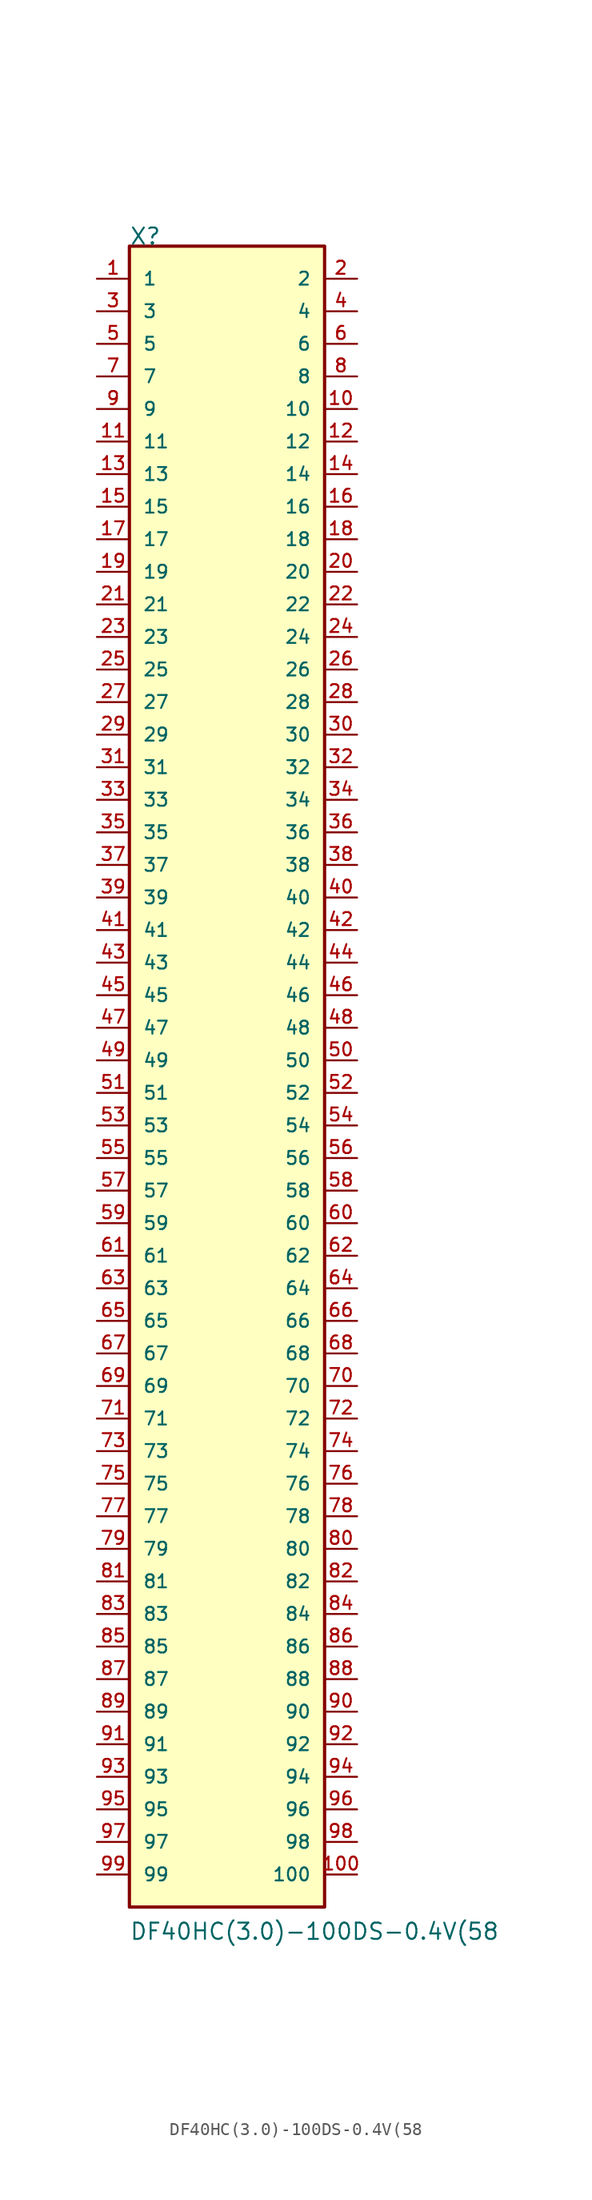
<source format=kicad_sym>
(kicad_symbol_lib
  (version 20211014)
  (generator kicad_symbol_editor)
  (symbol "DF40HC(3.0)-100DS-0.4V(58"
    (pin_names
      (offset 1.016))
    (property "Reference" "X"
      (at -7.623 63.523 0)
      (effects (font (size 1.27 1.27)) (justify bottom left)))
    (property "Value" "DF40HC(3.0)-100DS-0.4V(58"
      (at -7.632 -68.684 0)
      (effects (font (size 1.27 1.27)) (justify bottom left)))
    (symbol "DF40HC(3.0)-100DS-0.4V(58_0_0"
      (rectangle (start -7.62 -66.04) (end 7.62 63.5) (stroke (width 0.254)) (fill (type background)))
      (pin passive line (at -10.16 60.96 0) (length 2.54) (name "1" (effects (font (size 1.016 1.016)))) (number "1" (effects (font (size 1.016 1.016)))))
      (pin passive line (at 10.16 60.96 180.0) (length 2.54) (name "2" (effects (font (size 1.016 1.016)))) (number "2" (effects (font (size 1.016 1.016)))))
      (pin passive line (at -10.16 58.42 0) (length 2.54) (name "3" (effects (font (size 1.016 1.016)))) (number "3" (effects (font (size 1.016 1.016)))))
      (pin passive line (at 10.16 58.42 180.0) (length 2.54) (name "4" (effects (font (size 1.016 1.016)))) (number "4" (effects (font (size 1.016 1.016)))))
      (pin passive line (at -10.16 55.88 0) (length 2.54) (name "5" (effects (font (size 1.016 1.016)))) (number "5" (effects (font (size 1.016 1.016)))))
      (pin passive line (at 10.16 55.88 180.0) (length 2.54) (name "6" (effects (font (size 1.016 1.016)))) (number "6" (effects (font (size 1.016 1.016)))))
      (pin passive line (at -10.16 53.34 0) (length 2.54) (name "7" (effects (font (size 1.016 1.016)))) (number "7" (effects (font (size 1.016 1.016)))))
      (pin passive line (at 10.16 53.34 180.0) (length 2.54) (name "8" (effects (font (size 1.016 1.016)))) (number "8" (effects (font (size 1.016 1.016)))))
      (pin passive line (at -10.16 50.8 0) (length 2.54) (name "9" (effects (font (size 1.016 1.016)))) (number "9" (effects (font (size 1.016 1.016)))))
      (pin passive line (at 10.16 50.8 180.0) (length 2.54) (name "10" (effects (font (size 1.016 1.016)))) (number "10" (effects (font (size 1.016 1.016)))))
      (pin passive line (at -10.16 48.26 0) (length 2.54) (name "11" (effects (font (size 1.016 1.016)))) (number "11" (effects (font (size 1.016 1.016)))))
      (pin passive line (at 10.16 48.26 180.0) (length 2.54) (name "12" (effects (font (size 1.016 1.016)))) (number "12" (effects (font (size 1.016 1.016)))))
      (pin passive line (at -10.16 45.72 0) (length 2.54) (name "13" (effects (font (size 1.016 1.016)))) (number "13" (effects (font (size 1.016 1.016)))))
      (pin passive line (at 10.16 45.72 180.0) (length 2.54) (name "14" (effects (font (size 1.016 1.016)))) (number "14" (effects (font (size 1.016 1.016)))))
      (pin passive line (at -10.16 43.18 0) (length 2.54) (name "15" (effects (font (size 1.016 1.016)))) (number "15" (effects (font (size 1.016 1.016)))))
      (pin passive line (at 10.16 43.18 180.0) (length 2.54) (name "16" (effects (font (size 1.016 1.016)))) (number "16" (effects (font (size 1.016 1.016)))))
      (pin passive line (at -10.16 40.64 0) (length 2.54) (name "17" (effects (font (size 1.016 1.016)))) (number "17" (effects (font (size 1.016 1.016)))))
      (pin passive line (at 10.16 40.64 180.0) (length 2.54) (name "18" (effects (font (size 1.016 1.016)))) (number "18" (effects (font (size 1.016 1.016)))))
      (pin passive line (at -10.16 38.1 0) (length 2.54) (name "19" (effects (font (size 1.016 1.016)))) (number "19" (effects (font (size 1.016 1.016)))))
      (pin passive line (at 10.16 38.1 180.0) (length 2.54) (name "20" (effects (font (size 1.016 1.016)))) (number "20" (effects (font (size 1.016 1.016)))))
      (pin passive line (at -10.16 35.56 0) (length 2.54) (name "21" (effects (font (size 1.016 1.016)))) (number "21" (effects (font (size 1.016 1.016)))))
      (pin passive line (at 10.16 35.56 180.0) (length 2.54) (name "22" (effects (font (size 1.016 1.016)))) (number "22" (effects (font (size 1.016 1.016)))))
      (pin passive line (at -10.16 33.02 0) (length 2.54) (name "23" (effects (font (size 1.016 1.016)))) (number "23" (effects (font (size 1.016 1.016)))))
      (pin passive line (at 10.16 33.02 180.0) (length 2.54) (name "24" (effects (font (size 1.016 1.016)))) (number "24" (effects (font (size 1.016 1.016)))))
      (pin passive line (at -10.16 30.48 0) (length 2.54) (name "25" (effects (font (size 1.016 1.016)))) (number "25" (effects (font (size 1.016 1.016)))))
      (pin passive line (at 10.16 30.48 180.0) (length 2.54) (name "26" (effects (font (size 1.016 1.016)))) (number "26" (effects (font (size 1.016 1.016)))))
      (pin passive line (at -10.16 27.94 0) (length 2.54) (name "27" (effects (font (size 1.016 1.016)))) (number "27" (effects (font (size 1.016 1.016)))))
      (pin passive line (at 10.16 27.94 180.0) (length 2.54) (name "28" (effects (font (size 1.016 1.016)))) (number "28" (effects (font (size 1.016 1.016)))))
      (pin passive line (at -10.16 25.4 0) (length 2.54) (name "29" (effects (font (size 1.016 1.016)))) (number "29" (effects (font (size 1.016 1.016)))))
      (pin passive line (at 10.16 25.4 180.0) (length 2.54) (name "30" (effects (font (size 1.016 1.016)))) (number "30" (effects (font (size 1.016 1.016)))))
      (pin passive line (at -10.16 22.86 0) (length 2.54) (name "31" (effects (font (size 1.016 1.016)))) (number "31" (effects (font (size 1.016 1.016)))))
      (pin passive line (at 10.16 22.86 180.0) (length 2.54) (name "32" (effects (font (size 1.016 1.016)))) (number "32" (effects (font (size 1.016 1.016)))))
      (pin passive line (at -10.16 20.32 0) (length 2.54) (name "33" (effects (font (size 1.016 1.016)))) (number "33" (effects (font (size 1.016 1.016)))))
      (pin passive line (at 10.16 20.32 180.0) (length 2.54) (name "34" (effects (font (size 1.016 1.016)))) (number "34" (effects (font (size 1.016 1.016)))))
      (pin passive line (at -10.16 17.78 0) (length 2.54) (name "35" (effects (font (size 1.016 1.016)))) (number "35" (effects (font (size 1.016 1.016)))))
      (pin passive line (at 10.16 17.78 180.0) (length 2.54) (name "36" (effects (font (size 1.016 1.016)))) (number "36" (effects (font (size 1.016 1.016)))))
      (pin passive line (at -10.16 15.24 0) (length 2.54) (name "37" (effects (font (size 1.016 1.016)))) (number "37" (effects (font (size 1.016 1.016)))))
      (pin passive line (at 10.16 15.24 180.0) (length 2.54) (name "38" (effects (font (size 1.016 1.016)))) (number "38" (effects (font (size 1.016 1.016)))))
      (pin passive line (at -10.16 12.7 0) (length 2.54) (name "39" (effects (font (size 1.016 1.016)))) (number "39" (effects (font (size 1.016 1.016)))))
      (pin passive line (at 10.16 12.7 180.0) (length 2.54) (name "40" (effects (font (size 1.016 1.016)))) (number "40" (effects (font (size 1.016 1.016)))))
      (pin passive line (at -10.16 10.16 0) (length 2.54) (name "41" (effects (font (size 1.016 1.016)))) (number "41" (effects (font (size 1.016 1.016)))))
      (pin passive line (at 10.16 10.16 180.0) (length 2.54) (name "42" (effects (font (size 1.016 1.016)))) (number "42" (effects (font (size 1.016 1.016)))))
      (pin passive line (at -10.16 7.62 0) (length 2.54) (name "43" (effects (font (size 1.016 1.016)))) (number "43" (effects (font (size 1.016 1.016)))))
      (pin passive line (at 10.16 7.62 180.0) (length 2.54) (name "44" (effects (font (size 1.016 1.016)))) (number "44" (effects (font (size 1.016 1.016)))))
      (pin passive line (at -10.16 5.08 0) (length 2.54) (name "45" (effects (font (size 1.016 1.016)))) (number "45" (effects (font (size 1.016 1.016)))))
      (pin passive line (at 10.16 5.08 180.0) (length 2.54) (name "46" (effects (font (size 1.016 1.016)))) (number "46" (effects (font (size 1.016 1.016)))))
      (pin passive line (at -10.16 2.54 0) (length 2.54) (name "47" (effects (font (size 1.016 1.016)))) (number "47" (effects (font (size 1.016 1.016)))))
      (pin passive line (at 10.16 2.54 180.0) (length 2.54) (name "48" (effects (font (size 1.016 1.016)))) (number "48" (effects (font (size 1.016 1.016)))))
      (pin passive line (at -10.16 0.0 0) (length 2.54) (name "49" (effects (font (size 1.016 1.016)))) (number "49" (effects (font (size 1.016 1.016)))))
      (pin passive line (at 10.16 0.0 180.0) (length 2.54) (name "50" (effects (font (size 1.016 1.016)))) (number "50" (effects (font (size 1.016 1.016)))))
      (pin passive line (at -10.16 -2.54 0) (length 2.54) (name "51" (effects (font (size 1.016 1.016)))) (number "51" (effects (font (size 1.016 1.016)))))
      (pin passive line (at 10.16 -2.54 180.0) (length 2.54) (name "52" (effects (font (size 1.016 1.016)))) (number "52" (effects (font (size 1.016 1.016)))))
      (pin passive line (at -10.16 -5.08 0) (length 2.54) (name "53" (effects (font (size 1.016 1.016)))) (number "53" (effects (font (size 1.016 1.016)))))
      (pin passive line (at 10.16 -5.08 180.0) (length 2.54) (name "54" (effects (font (size 1.016 1.016)))) (number "54" (effects (font (size 1.016 1.016)))))
      (pin passive line (at -10.16 -7.62 0) (length 2.54) (name "55" (effects (font (size 1.016 1.016)))) (number "55" (effects (font (size 1.016 1.016)))))
      (pin passive line (at 10.16 -7.62 180.0) (length 2.54) (name "56" (effects (font (size 1.016 1.016)))) (number "56" (effects (font (size 1.016 1.016)))))
      (pin passive line (at -10.16 -10.16 0) (length 2.54) (name "57" (effects (font (size 1.016 1.016)))) (number "57" (effects (font (size 1.016 1.016)))))
      (pin passive line (at 10.16 -10.16 180.0) (length 2.54) (name "58" (effects (font (size 1.016 1.016)))) (number "58" (effects (font (size 1.016 1.016)))))
      (pin passive line (at -10.16 -12.7 0) (length 2.54) (name "59" (effects (font (size 1.016 1.016)))) (number "59" (effects (font (size 1.016 1.016)))))
      (pin passive line (at 10.16 -12.7 180.0) (length 2.54) (name "60" (effects (font (size 1.016 1.016)))) (number "60" (effects (font (size 1.016 1.016)))))
      (pin passive line (at -10.16 -15.24 0) (length 2.54) (name "61" (effects (font (size 1.016 1.016)))) (number "61" (effects (font (size 1.016 1.016)))))
      (pin passive line (at 10.16 -15.24 180.0) (length 2.54) (name "62" (effects (font (size 1.016 1.016)))) (number "62" (effects (font (size 1.016 1.016)))))
      (pin passive line (at -10.16 -17.78 0) (length 2.54) (name "63" (effects (font (size 1.016 1.016)))) (number "63" (effects (font (size 1.016 1.016)))))
      (pin passive line (at 10.16 -17.78 180.0) (length 2.54) (name "64" (effects (font (size 1.016 1.016)))) (number "64" (effects (font (size 1.016 1.016)))))
      (pin passive line (at -10.16 -20.32 0) (length 2.54) (name "65" (effects (font (size 1.016 1.016)))) (number "65" (effects (font (size 1.016 1.016)))))
      (pin passive line (at 10.16 -20.32 180.0) (length 2.54) (name "66" (effects (font (size 1.016 1.016)))) (number "66" (effects (font (size 1.016 1.016)))))
      (pin passive line (at -10.16 -22.86 0) (length 2.54) (name "67" (effects (font (size 1.016 1.016)))) (number "67" (effects (font (size 1.016 1.016)))))
      (pin passive line (at 10.16 -22.86 180.0) (length 2.54) (name "68" (effects (font (size 1.016 1.016)))) (number "68" (effects (font (size 1.016 1.016)))))
      (pin passive line (at -10.16 -25.4 0) (length 2.54) (name "69" (effects (font (size 1.016 1.016)))) (number "69" (effects (font (size 1.016 1.016)))))
      (pin passive line (at 10.16 -25.4 180.0) (length 2.54) (name "70" (effects (font (size 1.016 1.016)))) (number "70" (effects (font (size 1.016 1.016)))))
      (pin passive line (at -10.16 -27.94 0) (length 2.54) (name "71" (effects (font (size 1.016 1.016)))) (number "71" (effects (font (size 1.016 1.016)))))
      (pin passive line (at 10.16 -27.94 180.0) (length 2.54) (name "72" (effects (font (size 1.016 1.016)))) (number "72" (effects (font (size 1.016 1.016)))))
      (pin passive line (at -10.16 -30.48 0) (length 2.54) (name "73" (effects (font (size 1.016 1.016)))) (number "73" (effects (font (size 1.016 1.016)))))
      (pin passive line (at 10.16 -30.48 180.0) (length 2.54) (name "74" (effects (font (size 1.016 1.016)))) (number "74" (effects (font (size 1.016 1.016)))))
      (pin passive line (at -10.16 -33.02 0) (length 2.54) (name "75" (effects (font (size 1.016 1.016)))) (number "75" (effects (font (size 1.016 1.016)))))
      (pin passive line (at 10.16 -33.02 180.0) (length 2.54) (name "76" (effects (font (size 1.016 1.016)))) (number "76" (effects (font (size 1.016 1.016)))))
      (pin passive line (at -10.16 -35.56 0) (length 2.54) (name "77" (effects (font (size 1.016 1.016)))) (number "77" (effects (font (size 1.016 1.016)))))
      (pin passive line (at 10.16 -35.56 180.0) (length 2.54) (name "78" (effects (font (size 1.016 1.016)))) (number "78" (effects (font (size 1.016 1.016)))))
      (pin passive line (at -10.16 -38.1 0) (length 2.54) (name "79" (effects (font (size 1.016 1.016)))) (number "79" (effects (font (size 1.016 1.016)))))
      (pin passive line (at 10.16 -38.1 180.0) (length 2.54) (name "80" (effects (font (size 1.016 1.016)))) (number "80" (effects (font (size 1.016 1.016)))))
      (pin passive line (at -10.16 -40.64 0) (length 2.54) (name "81" (effects (font (size 1.016 1.016)))) (number "81" (effects (font (size 1.016 1.016)))))
      (pin passive line (at 10.16 -40.64 180.0) (length 2.54) (name "82" (effects (font (size 1.016 1.016)))) (number "82" (effects (font (size 1.016 1.016)))))
      (pin passive line (at -10.16 -43.18 0) (length 2.54) (name "83" (effects (font (size 1.016 1.016)))) (number "83" (effects (font (size 1.016 1.016)))))
      (pin passive line (at 10.16 -43.18 180.0) (length 2.54) (name "84" (effects (font (size 1.016 1.016)))) (number "84" (effects (font (size 1.016 1.016)))))
      (pin passive line (at -10.16 -45.72 0) (length 2.54) (name "85" (effects (font (size 1.016 1.016)))) (number "85" (effects (font (size 1.016 1.016)))))
      (pin passive line (at 10.16 -45.72 180.0) (length 2.54) (name "86" (effects (font (size 1.016 1.016)))) (number "86" (effects (font (size 1.016 1.016)))))
      (pin passive line (at -10.16 -48.26 0) (length 2.54) (name "87" (effects (font (size 1.016 1.016)))) (number "87" (effects (font (size 1.016 1.016)))))
      (pin passive line (at 10.16 -48.26 180.0) (length 2.54) (name "88" (effects (font (size 1.016 1.016)))) (number "88" (effects (font (size 1.016 1.016)))))
      (pin passive line (at -10.16 -50.8 0) (length 2.54) (name "89" (effects (font (size 1.016 1.016)))) (number "89" (effects (font (size 1.016 1.016)))))
      (pin passive line (at 10.16 -50.8 180.0) (length 2.54) (name "90" (effects (font (size 1.016 1.016)))) (number "90" (effects (font (size 1.016 1.016)))))
      (pin passive line (at -10.16 -53.34 0) (length 2.54) (name "91" (effects (font (size 1.016 1.016)))) (number "91" (effects (font (size 1.016 1.016)))))
      (pin passive line (at 10.16 -53.34 180.0) (length 2.54) (name "92" (effects (font (size 1.016 1.016)))) (number "92" (effects (font (size 1.016 1.016)))))
      (pin passive line (at -10.16 -55.88 0) (length 2.54) (name "93" (effects (font (size 1.016 1.016)))) (number "93" (effects (font (size 1.016 1.016)))))
      (pin passive line (at 10.16 -55.88 180.0) (length 2.54) (name "94" (effects (font (size 1.016 1.016)))) (number "94" (effects (font (size 1.016 1.016)))))
      (pin passive line (at -10.16 -58.42 0) (length 2.54) (name "95" (effects (font (size 1.016 1.016)))) (number "95" (effects (font (size 1.016 1.016)))))
      (pin passive line (at 10.16 -58.42 180.0) (length 2.54) (name "96" (effects (font (size 1.016 1.016)))) (number "96" (effects (font (size 1.016 1.016)))))
      (pin passive line (at -10.16 -60.96 0) (length 2.54) (name "97" (effects (font (size 1.016 1.016)))) (number "97" (effects (font (size 1.016 1.016)))))
      (pin passive line (at 10.16 -60.96 180.0) (length 2.54) (name "98" (effects (font (size 1.016 1.016)))) (number "98" (effects (font (size 1.016 1.016)))))
      (pin passive line (at -10.16 -63.5 0) (length 2.54) (name "99" (effects (font (size 1.016 1.016)))) (number "99" (effects (font (size 1.016 1.016)))))
      (pin passive line (at 10.16 -63.5 180.0) (length 2.54) (name "100" (effects (font (size 1.016 1.016)))) (number "100" (effects (font (size 1.016 1.016))))))))
</source>
